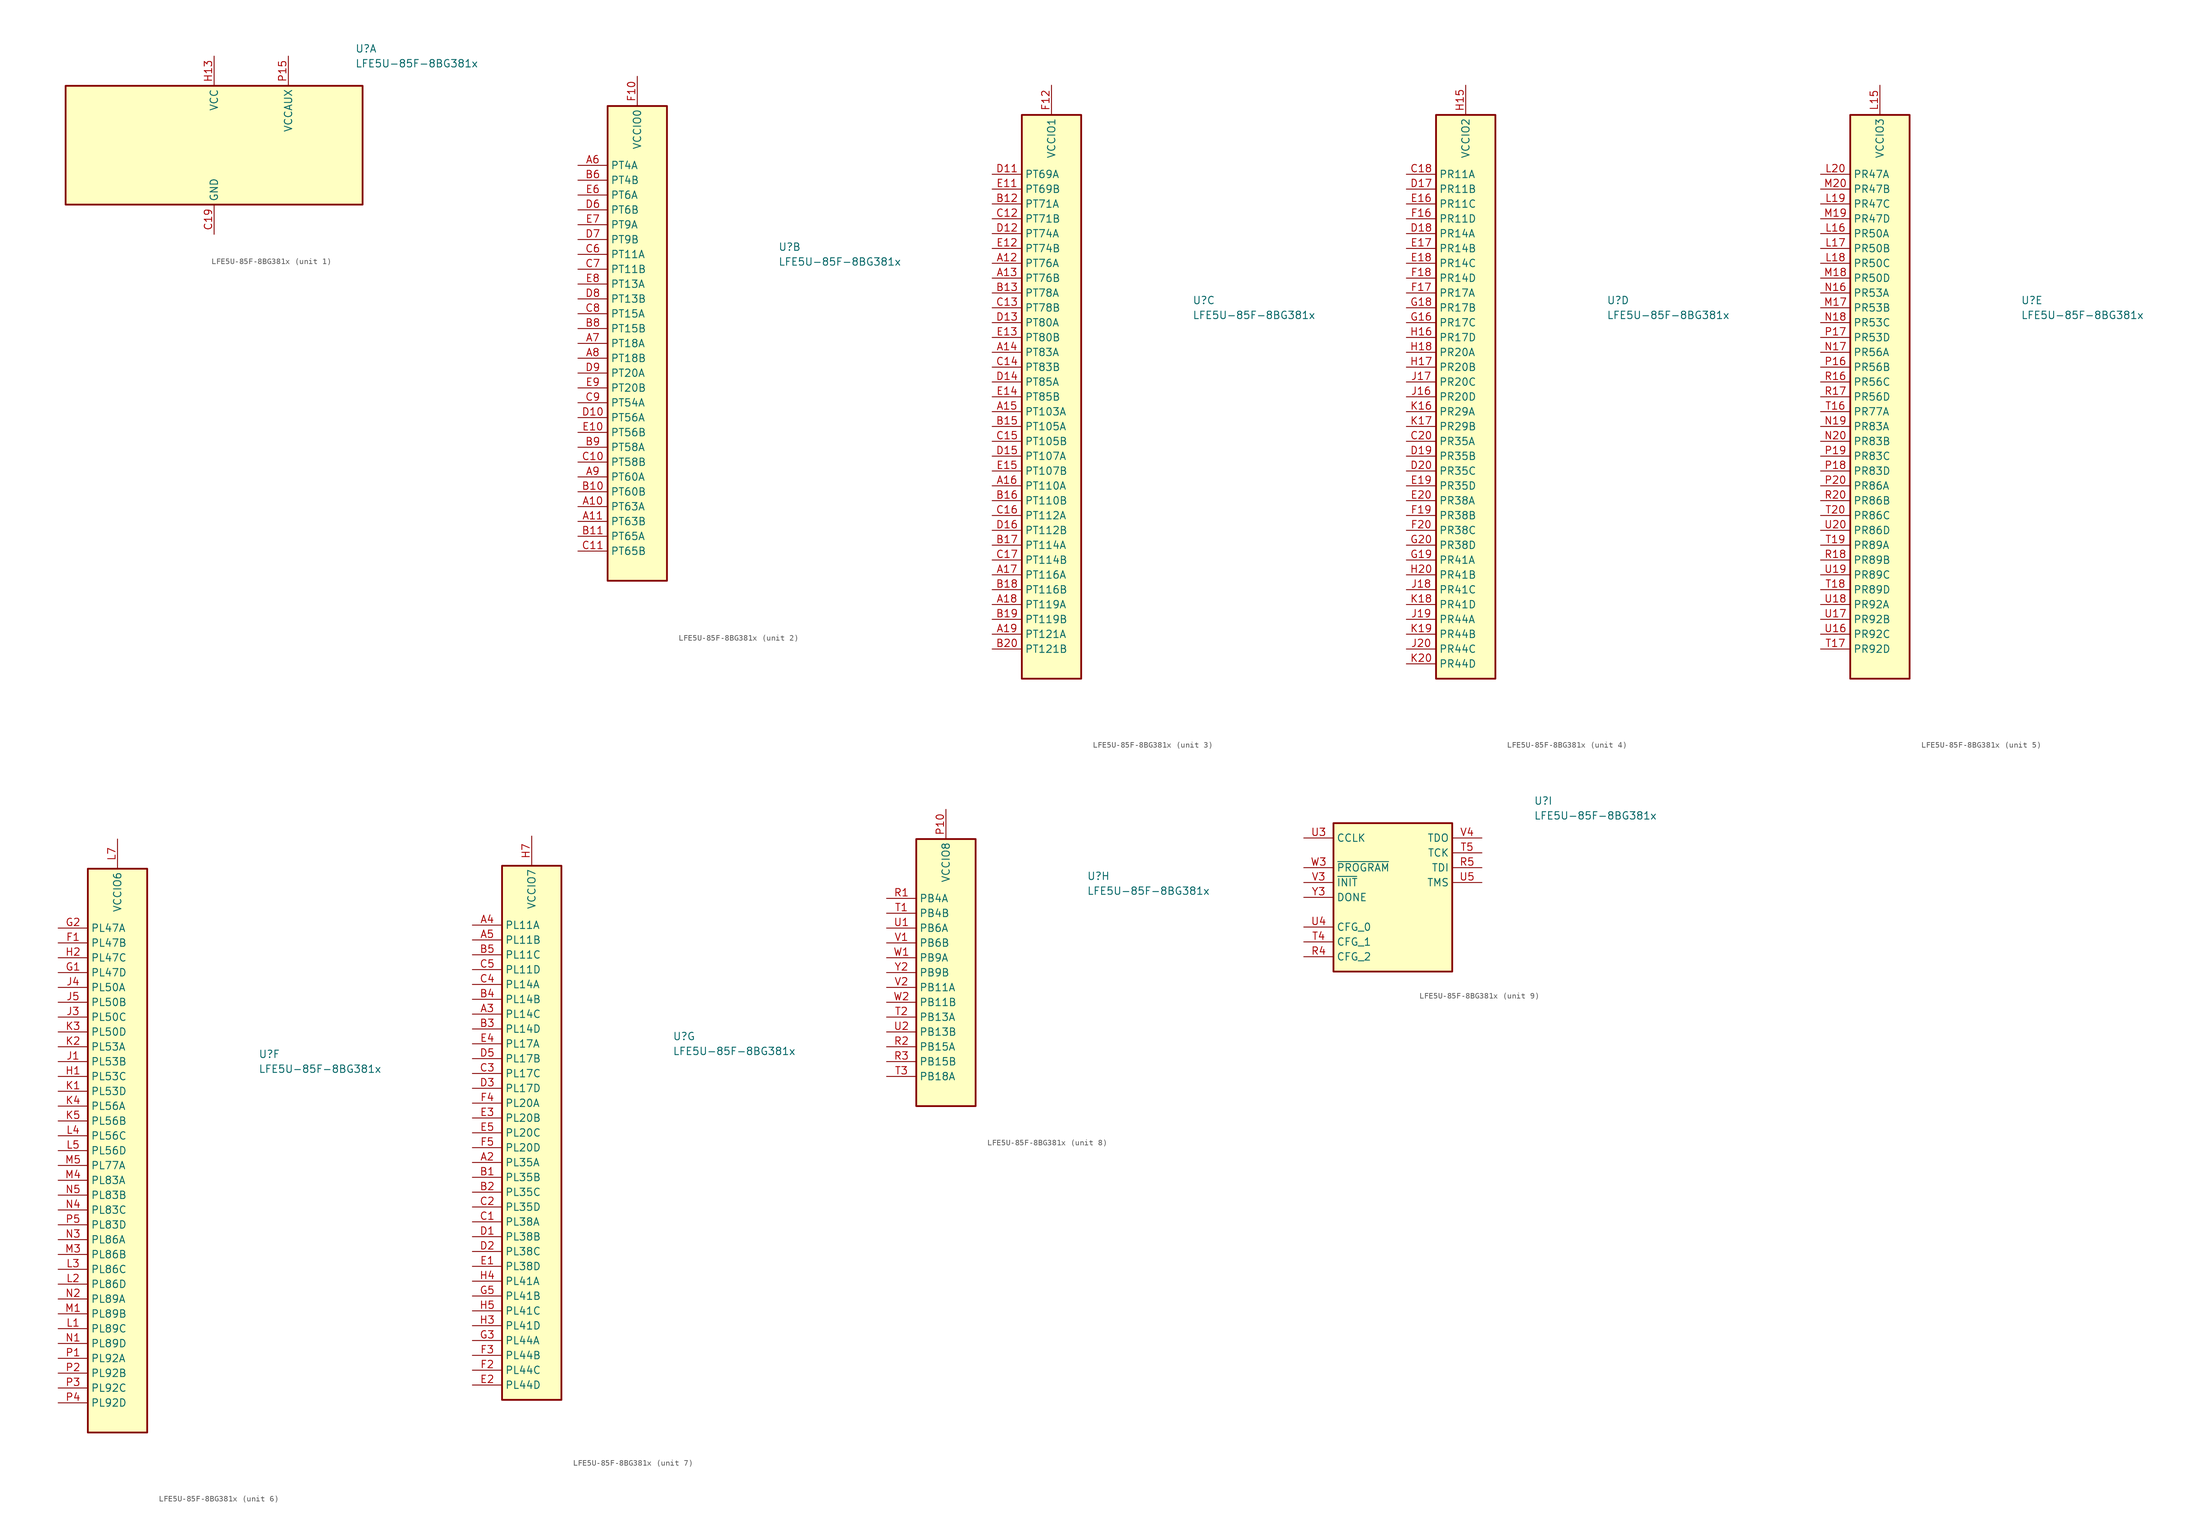
<source format=kicad_sym>
(kicad_symbol_lib
  (version 20220914)
  (generator kicad_symbol_editor)
  (symbol "LFE5U-85F-8BG381x"
    (property "Reference" "U"
      (at 24.13 16.51 0)
      (effects (font (size 1.27 1.27)) (justify left)))
    (property "Value" "LFE5U-85F-8BG381x"
      (at 24.13 13.97 0)
      (effects (font (size 1.27 1.27)) (justify left)))
    (property "ki_locked" ""
      (at 0 0 0)
      (effects (font (size 1.27 1.27))))
    (symbol "LFE5U-85F-8BG381x_1_1"
      (rectangle (start -25.4 10.16) (end 25.4 -10.16) (stroke (width 0.305) (type default)) (fill (type background)))
      (pin passive line (at 0 -15.24 90) (length 5.08) hide (name "GND" (effects (font (size 1.27 1.27)))) (number "B14" (effects (font (size 1.27 1.27)))))
      (pin passive line (at 0 -15.24 90) (length 5.08) hide (name "GND" (effects (font (size 1.27 1.27)))) (number "B7" (effects (font (size 1.27 1.27)))))
      (pin power_in line (at 0 -15.24 90) (length 5.08) (name "GND" (effects (font (size 1.27 1.27)))) (number "C19" (effects (font (size 1.27 1.27)))))
      (pin passive line (at 0 -15.24 90) (length 5.08) hide (name "GND" (effects (font (size 1.27 1.27)))) (number "D4" (effects (font (size 1.27 1.27)))))
      (pin passive line (at 0 -15.24 90) (length 5.08) hide (name "GND" (effects (font (size 1.27 1.27)))) (number "F13" (effects (font (size 1.27 1.27)))))
      (pin passive line (at 0 -15.24 90) (length 5.08) hide (name "GND" (effects (font (size 1.27 1.27)))) (number "F14" (effects (font (size 1.27 1.27)))))
      (pin passive line (at 12.7 15.24 270) (length 5.08) hide (name "VCCAUX" (effects (font (size 1.27 1.27)))) (number "F15" (effects (font (size 1.27 1.27)))))
      (pin passive line (at 12.7 15.24 270) (length 5.08) hide (name "VCCAUX" (effects (font (size 1.27 1.27)))) (number "F6" (effects (font (size 1.27 1.27)))))
      (pin passive line (at 0 -15.24 90) (length 5.08) hide (name "GND" (effects (font (size 1.27 1.27)))) (number "F7" (effects (font (size 1.27 1.27)))))
      (pin passive line (at 0 -15.24 90) (length 5.08) hide (name "GND" (effects (font (size 1.27 1.27)))) (number "F8" (effects (font (size 1.27 1.27)))))
      (pin passive line (at 0 -15.24 90) (length 5.08) hide (name "GND" (effects (font (size 1.27 1.27)))) (number "G10" (effects (font (size 1.27 1.27)))))
      (pin passive line (at 0 -15.24 90) (length 5.08) hide (name "GND" (effects (font (size 1.27 1.27)))) (number "G11" (effects (font (size 1.27 1.27)))))
      (pin passive line (at 0 -15.24 90) (length 5.08) hide (name "GND" (effects (font (size 1.27 1.27)))) (number "G12" (effects (font (size 1.27 1.27)))))
      (pin passive line (at 0 -15.24 90) (length 5.08) hide (name "GND" (effects (font (size 1.27 1.27)))) (number "G13" (effects (font (size 1.27 1.27)))))
      (pin passive line (at 0 -15.24 90) (length 5.08) hide (name "GND" (effects (font (size 1.27 1.27)))) (number "G14" (effects (font (size 1.27 1.27)))))
      (pin passive line (at 0 -15.24 90) (length 5.08) hide (name "GND" (effects (font (size 1.27 1.27)))) (number "G15" (effects (font (size 1.27 1.27)))))
      (pin passive line (at 0 -15.24 90) (length 5.08) hide (name "GND" (effects (font (size 1.27 1.27)))) (number "G17" (effects (font (size 1.27 1.27)))))
      (pin passive line (at 0 -15.24 90) (length 5.08) hide (name "GND" (effects (font (size 1.27 1.27)))) (number "G4" (effects (font (size 1.27 1.27)))))
      (pin passive line (at 0 -15.24 90) (length 5.08) hide (name "GND" (effects (font (size 1.27 1.27)))) (number "G6" (effects (font (size 1.27 1.27)))))
      (pin passive line (at 0 -15.24 90) (length 5.08) hide (name "GND" (effects (font (size 1.27 1.27)))) (number "G7" (effects (font (size 1.27 1.27)))))
      (pin passive line (at 0 -15.24 90) (length 5.08) hide (name "GND" (effects (font (size 1.27 1.27)))) (number "G8" (effects (font (size 1.27 1.27)))))
      (pin passive line (at 0 -15.24 90) (length 5.08) hide (name "GND" (effects (font (size 1.27 1.27)))) (number "G9" (effects (font (size 1.27 1.27)))))
      (pin passive line (at 0 15.24 270) (length 5.08) hide (name "VCC" (effects (font (size 1.27 1.27)))) (number "H10" (effects (font (size 1.27 1.27)))))
      (pin passive line (at 0 15.24 270) (length 5.08) hide (name "VCC" (effects (font (size 1.27 1.27)))) (number "H11" (effects (font (size 1.27 1.27)))))
      (pin passive line (at 0 15.24 270) (length 5.08) hide (name "VCC" (effects (font (size 1.27 1.27)))) (number "H12" (effects (font (size 1.27 1.27)))))
      (pin power_in line (at 0 15.24 270) (length 5.08) (name "VCC" (effects (font (size 1.27 1.27)))) (number "H13" (effects (font (size 1.27 1.27)))))
      (pin passive line (at 0 -15.24 90) (length 5.08) hide (name "GND" (effects (font (size 1.27 1.27)))) (number "H19" (effects (font (size 1.27 1.27)))))
      (pin passive line (at 0 15.24 270) (length 5.08) hide (name "VCC" (effects (font (size 1.27 1.27)))) (number "H8" (effects (font (size 1.27 1.27)))))
      (pin passive line (at 0 15.24 270) (length 5.08) hide (name "VCC" (effects (font (size 1.27 1.27)))) (number "H9" (effects (font (size 1.27 1.27)))))
      (pin passive line (at 0 -15.24 90) (length 5.08) hide (name "GND" (effects (font (size 1.27 1.27)))) (number "J10" (effects (font (size 1.27 1.27)))))
      (pin passive line (at 0 -15.24 90) (length 5.08) hide (name "GND" (effects (font (size 1.27 1.27)))) (number "J11" (effects (font (size 1.27 1.27)))))
      (pin passive line (at 0 -15.24 90) (length 5.08) hide (name "GND" (effects (font (size 1.27 1.27)))) (number "J12" (effects (font (size 1.27 1.27)))))
      (pin passive line (at 0 15.24 270) (length 5.08) hide (name "VCC" (effects (font (size 1.27 1.27)))) (number "J13" (effects (font (size 1.27 1.27)))))
      (pin passive line (at 0 -15.24 90) (length 5.08) hide (name "GND" (effects (font (size 1.27 1.27)))) (number "J14" (effects (font (size 1.27 1.27)))))
      (pin passive line (at 0 -15.24 90) (length 5.08) hide (name "GND" (effects (font (size 1.27 1.27)))) (number "J2" (effects (font (size 1.27 1.27)))))
      (pin passive line (at 0 -15.24 90) (length 5.08) hide (name "GND" (effects (font (size 1.27 1.27)))) (number "J7" (effects (font (size 1.27 1.27)))))
      (pin passive line (at 0 15.24 270) (length 5.08) hide (name "VCC" (effects (font (size 1.27 1.27)))) (number "J8" (effects (font (size 1.27 1.27)))))
      (pin passive line (at 0 -15.24 90) (length 5.08) hide (name "GND" (effects (font (size 1.27 1.27)))) (number "J9" (effects (font (size 1.27 1.27)))))
      (pin passive line (at 0 -15.24 90) (length 5.08) hide (name "GND" (effects (font (size 1.27 1.27)))) (number "K10" (effects (font (size 1.27 1.27)))))
      (pin passive line (at 0 -15.24 90) (length 5.08) hide (name "GND" (effects (font (size 1.27 1.27)))) (number "K11" (effects (font (size 1.27 1.27)))))
      (pin passive line (at 0 -15.24 90) (length 5.08) hide (name "GND" (effects (font (size 1.27 1.27)))) (number "K12" (effects (font (size 1.27 1.27)))))
      (pin passive line (at 0 15.24 270) (length 5.08) hide (name "VCC" (effects (font (size 1.27 1.27)))) (number "K13" (effects (font (size 1.27 1.27)))))
      (pin passive line (at 0 -15.24 90) (length 5.08) hide (name "GND" (effects (font (size 1.27 1.27)))) (number "K14" (effects (font (size 1.27 1.27)))))
      (pin passive line (at 0 -15.24 90) (length 5.08) hide (name "GND" (effects (font (size 1.27 1.27)))) (number "K15" (effects (font (size 1.27 1.27)))))
      (pin passive line (at 0 -15.24 90) (length 5.08) hide (name "GND" (effects (font (size 1.27 1.27)))) (number "K6" (effects (font (size 1.27 1.27)))))
      (pin passive line (at 0 -15.24 90) (length 5.08) hide (name "GND" (effects (font (size 1.27 1.27)))) (number "K7" (effects (font (size 1.27 1.27)))))
      (pin passive line (at 0 15.24 270) (length 5.08) hide (name "VCC" (effects (font (size 1.27 1.27)))) (number "K8" (effects (font (size 1.27 1.27)))))
      (pin passive line (at 0 -15.24 90) (length 5.08) hide (name "GND" (effects (font (size 1.27 1.27)))) (number "K9" (effects (font (size 1.27 1.27)))))
      (pin passive line (at 0 -15.24 90) (length 5.08) hide (name "GND" (effects (font (size 1.27 1.27)))) (number "L10" (effects (font (size 1.27 1.27)))))
      (pin passive line (at 0 -15.24 90) (length 5.08) hide (name "GND" (effects (font (size 1.27 1.27)))) (number "L11" (effects (font (size 1.27 1.27)))))
      (pin passive line (at 0 -15.24 90) (length 5.08) hide (name "GND" (effects (font (size 1.27 1.27)))) (number "L12" (effects (font (size 1.27 1.27)))))
      (pin passive line (at 0 15.24 270) (length 5.08) hide (name "VCC" (effects (font (size 1.27 1.27)))) (number "L13" (effects (font (size 1.27 1.27)))))
      (pin passive line (at 0 15.24 270) (length 5.08) hide (name "VCC" (effects (font (size 1.27 1.27)))) (number "L8" (effects (font (size 1.27 1.27)))))
      (pin passive line (at 0 -15.24 90) (length 5.08) hide (name "GND" (effects (font (size 1.27 1.27)))) (number "L9" (effects (font (size 1.27 1.27)))))
      (pin passive line (at 0 -15.24 90) (length 5.08) hide (name "GND" (effects (font (size 1.27 1.27)))) (number "M10" (effects (font (size 1.27 1.27)))))
      (pin passive line (at 0 -15.24 90) (length 5.08) hide (name "GND" (effects (font (size 1.27 1.27)))) (number "M11" (effects (font (size 1.27 1.27)))))
      (pin passive line (at 0 -15.24 90) (length 5.08) hide (name "GND" (effects (font (size 1.27 1.27)))) (number "M12" (effects (font (size 1.27 1.27)))))
      (pin passive line (at 0 15.24 270) (length 5.08) hide (name "VCC" (effects (font (size 1.27 1.27)))) (number "M13" (effects (font (size 1.27 1.27)))))
      (pin passive line (at 0 -15.24 90) (length 5.08) hide (name "GND" (effects (font (size 1.27 1.27)))) (number "M14" (effects (font (size 1.27 1.27)))))
      (pin passive line (at 0 -15.24 90) (length 5.08) hide (name "GND" (effects (font (size 1.27 1.27)))) (number "M16" (effects (font (size 1.27 1.27)))))
      (pin passive line (at 0 -15.24 90) (length 5.08) hide (name "GND" (effects (font (size 1.27 1.27)))) (number "M2" (effects (font (size 1.27 1.27)))))
      (pin passive line (at 0 -15.24 90) (length 5.08) hide (name "GND" (effects (font (size 1.27 1.27)))) (number "M7" (effects (font (size 1.27 1.27)))))
      (pin passive line (at 0 15.24 270) (length 5.08) hide (name "VCC" (effects (font (size 1.27 1.27)))) (number "M8" (effects (font (size 1.27 1.27)))))
      (pin passive line (at 0 -15.24 90) (length 5.08) hide (name "GND" (effects (font (size 1.27 1.27)))) (number "M9" (effects (font (size 1.27 1.27)))))
      (pin passive line (at 0 15.24 270) (length 5.08) hide (name "VCC" (effects (font (size 1.27 1.27)))) (number "N10" (effects (font (size 1.27 1.27)))))
      (pin passive line (at 0 15.24 270) (length 5.08) hide (name "VCC" (effects (font (size 1.27 1.27)))) (number "N11" (effects (font (size 1.27 1.27)))))
      (pin passive line (at 0 15.24 270) (length 5.08) hide (name "VCC" (effects (font (size 1.27 1.27)))) (number "N12" (effects (font (size 1.27 1.27)))))
      (pin passive line (at 0 15.24 270) (length 5.08) hide (name "VCC" (effects (font (size 1.27 1.27)))) (number "N13" (effects (font (size 1.27 1.27)))))
      (pin passive line (at 0 -15.24 90) (length 5.08) hide (name "GND" (effects (font (size 1.27 1.27)))) (number "N14" (effects (font (size 1.27 1.27)))))
      (pin passive line (at 0 -15.24 90) (length 5.08) hide (name "GND" (effects (font (size 1.27 1.27)))) (number "N15" (effects (font (size 1.27 1.27)))))
      (pin passive line (at 0 -15.24 90) (length 5.08) hide (name "GND" (effects (font (size 1.27 1.27)))) (number "N6" (effects (font (size 1.27 1.27)))))
      (pin passive line (at 0 -15.24 90) (length 5.08) hide (name "GND" (effects (font (size 1.27 1.27)))) (number "N7" (effects (font (size 1.27 1.27)))))
      (pin passive line (at 0 15.24 270) (length 5.08) hide (name "VCC" (effects (font (size 1.27 1.27)))) (number "N8" (effects (font (size 1.27 1.27)))))
      (pin passive line (at 0 15.24 270) (length 5.08) hide (name "VCC" (effects (font (size 1.27 1.27)))) (number "N9" (effects (font (size 1.27 1.27)))))
      (pin passive line (at 0 -15.24 90) (length 5.08) hide (name "GND" (effects (font (size 1.27 1.27)))) (number "P11" (effects (font (size 1.27 1.27)))))
      (pin passive line (at 0 -15.24 90) (length 5.08) hide (name "GND" (effects (font (size 1.27 1.27)))) (number "P12" (effects (font (size 1.27 1.27)))))
      (pin passive line (at 0 -15.24 90) (length 5.08) hide (name "GND" (effects (font (size 1.27 1.27)))) (number "P13" (effects (font (size 1.27 1.27)))))
      (pin passive line (at 0 -15.24 90) (length 5.08) hide (name "GND" (effects (font (size 1.27 1.27)))) (number "P14" (effects (font (size 1.27 1.27)))))
      (pin power_in line (at 12.7 15.24 270) (length 5.08) (name "VCCAUX" (effects (font (size 1.27 1.27)))) (number "P15" (effects (font (size 1.27 1.27)))))
      (pin passive line (at 12.7 15.24 270) (length 5.08) hide (name "VCCAUX" (effects (font (size 1.27 1.27)))) (number "P6" (effects (font (size 1.27 1.27)))))
      (pin passive line (at 0 -15.24 90) (length 5.08) hide (name "GND" (effects (font (size 1.27 1.27)))) (number "P7" (effects (font (size 1.27 1.27)))))
      (pin passive line (at 0 -15.24 90) (length 5.08) hide (name "GND" (effects (font (size 1.27 1.27)))) (number "P8" (effects (font (size 1.27 1.27)))))
      (pin passive line (at 0 -15.24 90) (length 5.08) hide (name "GND" (effects (font (size 1.27 1.27)))) (number "R19" (effects (font (size 1.27 1.27)))))
      (pin passive line (at 0 -15.24 90) (length 5.08) hide (name "GND" (effects (font (size 1.27 1.27)))) (number "T10" (effects (font (size 1.27 1.27)))))
      (pin passive line (at 0 -15.24 90) (length 5.08) hide (name "GND" (effects (font (size 1.27 1.27)))) (number "T11" (effects (font (size 1.27 1.27)))))
      (pin passive line (at 0 -15.24 90) (length 5.08) hide (name "GND" (effects (font (size 1.27 1.27)))) (number "T12" (effects (font (size 1.27 1.27)))))
      (pin passive line (at 0 -15.24 90) (length 5.08) hide (name "GND" (effects (font (size 1.27 1.27)))) (number "T13" (effects (font (size 1.27 1.27)))))
      (pin passive line (at 0 -15.24 90) (length 5.08) hide (name "GND" (effects (font (size 1.27 1.27)))) (number "T14" (effects (font (size 1.27 1.27)))))
      (pin passive line (at 0 -15.24 90) (length 5.08) hide (name "GND" (effects (font (size 1.27 1.27)))) (number "T15" (effects (font (size 1.27 1.27)))))
      (pin passive line (at 0 -15.24 90) (length 5.08) hide (name "GND" (effects (font (size 1.27 1.27)))) (number "T6" (effects (font (size 1.27 1.27)))))
      (pin passive line (at 0 -15.24 90) (length 5.08) hide (name "GND" (effects (font (size 1.27 1.27)))) (number "T7" (effects (font (size 1.27 1.27)))))
      (pin passive line (at 0 -15.24 90) (length 5.08) hide (name "GND" (effects (font (size 1.27 1.27)))) (number "T8" (effects (font (size 1.27 1.27)))))
      (pin passive line (at 0 -15.24 90) (length 5.08) hide (name "GND" (effects (font (size 1.27 1.27)))) (number "T9" (effects (font (size 1.27 1.27)))))
      (pin passive line (at 0 -15.24 90) (length 5.08) hide (name "GND" (effects (font (size 1.27 1.27)))) (number "U10" (effects (font (size 1.27 1.27)))))
      (pin passive line (at 0 -15.24 90) (length 5.08) hide (name "GND" (effects (font (size 1.27 1.27)))) (number "U11" (effects (font (size 1.27 1.27)))))
      (pin passive line (at 0 -15.24 90) (length 5.08) hide (name "GND" (effects (font (size 1.27 1.27)))) (number "U12" (effects (font (size 1.27 1.27)))))
      (pin passive line (at 0 -15.24 90) (length 5.08) hide (name "GND" (effects (font (size 1.27 1.27)))) (number "U13" (effects (font (size 1.27 1.27)))))
      (pin passive line (at 0 -15.24 90) (length 5.08) hide (name "GND" (effects (font (size 1.27 1.27)))) (number "U14" (effects (font (size 1.27 1.27)))))
      (pin passive line (at 0 -15.24 90) (length 5.08) hide (name "GND" (effects (font (size 1.27 1.27)))) (number "U15" (effects (font (size 1.27 1.27)))))
      (pin passive line (at 0 -15.24 90) (length 5.08) hide (name "GND" (effects (font (size 1.27 1.27)))) (number "U6" (effects (font (size 1.27 1.27)))))
      (pin passive line (at 0 -15.24 90) (length 5.08) hide (name "GND" (effects (font (size 1.27 1.27)))) (number "U7" (effects (font (size 1.27 1.27)))))
      (pin passive line (at 0 -15.24 90) (length 5.08) hide (name "GND" (effects (font (size 1.27 1.27)))) (number "U8" (effects (font (size 1.27 1.27)))))
      (pin passive line (at 0 -15.24 90) (length 5.08) hide (name "GND" (effects (font (size 1.27 1.27)))) (number "U9" (effects (font (size 1.27 1.27)))))
      (pin passive line (at 0 -15.24 90) (length 5.08) hide (name "GND" (effects (font (size 1.27 1.27)))) (number "V10" (effects (font (size 1.27 1.27)))))
      (pin passive line (at 0 -15.24 90) (length 5.08) hide (name "GND" (effects (font (size 1.27 1.27)))) (number "V11" (effects (font (size 1.27 1.27)))))
      (pin passive line (at 0 -15.24 90) (length 5.08) hide (name "GND" (effects (font (size 1.27 1.27)))) (number "V12" (effects (font (size 1.27 1.27)))))
      (pin passive line (at 0 -15.24 90) (length 5.08) hide (name "GND" (effects (font (size 1.27 1.27)))) (number "V13" (effects (font (size 1.27 1.27)))))
      (pin passive line (at 0 -15.24 90) (length 5.08) hide (name "GND" (effects (font (size 1.27 1.27)))) (number "V14" (effects (font (size 1.27 1.27)))))
      (pin passive line (at 0 -15.24 90) (length 5.08) hide (name "GND" (effects (font (size 1.27 1.27)))) (number "V15" (effects (font (size 1.27 1.27)))))
      (pin passive line (at 0 -15.24 90) (length 5.08) hide (name "GND" (effects (font (size 1.27 1.27)))) (number "V16" (effects (font (size 1.27 1.27)))))
      (pin passive line (at 0 -15.24 90) (length 5.08) hide (name "GND" (effects (font (size 1.27 1.27)))) (number "V17" (effects (font (size 1.27 1.27)))))
      (pin passive line (at 0 -15.24 90) (length 5.08) hide (name "GND" (effects (font (size 1.27 1.27)))) (number "V18" (effects (font (size 1.27 1.27)))))
      (pin passive line (at 0 -15.24 90) (length 5.08) hide (name "GND" (effects (font (size 1.27 1.27)))) (number "V19" (effects (font (size 1.27 1.27)))))
      (pin passive line (at 0 -15.24 90) (length 5.08) hide (name "GND" (effects (font (size 1.27 1.27)))) (number "V20" (effects (font (size 1.27 1.27)))))
      (pin passive line (at 0 -15.24 90) (length 5.08) hide (name "GND" (effects (font (size 1.27 1.27)))) (number "V5" (effects (font (size 1.27 1.27)))))
      (pin passive line (at 0 -15.24 90) (length 5.08) hide (name "GND" (effects (font (size 1.27 1.27)))) (number "V6" (effects (font (size 1.27 1.27)))))
      (pin passive line (at 0 -15.24 90) (length 5.08) hide (name "GND" (effects (font (size 1.27 1.27)))) (number "V7" (effects (font (size 1.27 1.27)))))
      (pin passive line (at 0 -15.24 90) (length 5.08) hide (name "GND" (effects (font (size 1.27 1.27)))) (number "V8" (effects (font (size 1.27 1.27)))))
      (pin passive line (at 0 -15.24 90) (length 5.08) hide (name "GND" (effects (font (size 1.27 1.27)))) (number "V9" (effects (font (size 1.27 1.27)))))
      (pin passive line (at 0 -15.24 90) (length 5.08) hide (name "GND" (effects (font (size 1.27 1.27)))) (number "W12" (effects (font (size 1.27 1.27)))))
      (pin no_connect line (at 25.4 -5.08 180) (length 5.08) hide (name "RESERVED" (effects (font (size 1.27 1.27)))) (number "W13" (effects (font (size 1.27 1.27)))))
      (pin no_connect line (at 25.4 -2.54 180) (length 5.08) hide (name "RESERVED" (effects (font (size 1.27 1.27)))) (number "W14" (effects (font (size 1.27 1.27)))))
      (pin passive line (at 0 -15.24 90) (length 5.08) hide (name "GND" (effects (font (size 1.27 1.27)))) (number "W15" (effects (font (size 1.27 1.27)))))
      (pin passive line (at 0 -15.24 90) (length 5.08) hide (name "GND" (effects (font (size 1.27 1.27)))) (number "W16" (effects (font (size 1.27 1.27)))))
      (pin no_connect line (at 25.4 0 180) (length 5.08) hide (name "RESERVED" (effects (font (size 1.27 1.27)))) (number "W17" (effects (font (size 1.27 1.27)))))
      (pin no_connect line (at 25.4 2.54 180) (length 5.08) hide (name "RESERVED" (effects (font (size 1.27 1.27)))) (number "W18" (effects (font (size 1.27 1.27)))))
      (pin passive line (at 0 -15.24 90) (length 5.08) hide (name "GND" (effects (font (size 1.27 1.27)))) (number "W19" (effects (font (size 1.27 1.27)))))
      (pin passive line (at 0 -15.24 90) (length 5.08) hide (name "GND" (effects (font (size 1.27 1.27)))) (number "W20" (effects (font (size 1.27 1.27)))))
      (pin no_connect line (at -25.4 2.54 0) (length 5.08) hide (name "RESERVED" (effects (font (size 1.27 1.27)))) (number "W4" (effects (font (size 1.27 1.27)))))
      (pin no_connect line (at -25.4 0 0) (length 5.08) hide (name "RESERVED" (effects (font (size 1.27 1.27)))) (number "W5" (effects (font (size 1.27 1.27)))))
      (pin passive line (at 0 -15.24 90) (length 5.08) hide (name "GND" (effects (font (size 1.27 1.27)))) (number "W6" (effects (font (size 1.27 1.27)))))
      (pin passive line (at 0 -15.24 90) (length 5.08) hide (name "GND" (effects (font (size 1.27 1.27)))) (number "W7" (effects (font (size 1.27 1.27)))))
      (pin no_connect line (at -25.4 -2.54 0) (length 5.08) hide (name "RESERVED" (effects (font (size 1.27 1.27)))) (number "W8" (effects (font (size 1.27 1.27)))))
      (pin no_connect line (at -25.4 -5.08 0) (length 5.08) hide (name "RESERVED" (effects (font (size 1.27 1.27)))) (number "W9" (effects (font (size 1.27 1.27)))))
      (pin passive line (at 0 -15.24 90) (length 5.08) hide (name "GND" (effects (font (size 1.27 1.27)))) (number "Y11" (effects (font (size 1.27 1.27)))))
      (pin passive line (at 0 -15.24 90) (length 5.08) hide (name "GND" (effects (font (size 1.27 1.27)))) (number "Y12" (effects (font (size 1.27 1.27)))))
      (pin passive line (at 0 -15.24 90) (length 5.08) hide (name "GND" (effects (font (size 1.27 1.27)))) (number "Y14" (effects (font (size 1.27 1.27)))))
      (pin passive line (at 0 -15.24 90) (length 5.08) hide (name "GND" (effects (font (size 1.27 1.27)))) (number "Y15" (effects (font (size 1.27 1.27)))))
      (pin passive line (at 0 -15.24 90) (length 5.08) hide (name "GND" (effects (font (size 1.27 1.27)))) (number "Y16" (effects (font (size 1.27 1.27)))))
      (pin passive line (at 0 -15.24 90) (length 5.08) hide (name "GND" (effects (font (size 1.27 1.27)))) (number "Y17" (effects (font (size 1.27 1.27)))))
      (pin passive line (at 0 -15.24 90) (length 5.08) hide (name "GND" (effects (font (size 1.27 1.27)))) (number "Y19" (effects (font (size 1.27 1.27)))))
      (pin passive line (at 0 -15.24 90) (length 5.08) hide (name "GND" (effects (font (size 1.27 1.27)))) (number "Y5" (effects (font (size 1.27 1.27)))))
      (pin passive line (at 0 -15.24 90) (length 5.08) hide (name "GND" (effects (font (size 1.27 1.27)))) (number "Y6" (effects (font (size 1.27 1.27)))))
      (pin passive line (at 0 -15.24 90) (length 5.08) hide (name "GND" (effects (font (size 1.27 1.27)))) (number "Y7" (effects (font (size 1.27 1.27)))))
      (pin passive line (at 0 -15.24 90) (length 5.08) hide (name "GND" (effects (font (size 1.27 1.27)))) (number "Y8" (effects (font (size 1.27 1.27))))))
    (symbol "LFE5U-85F-8BG381x_2_1"
      (rectangle (start -5.08 40.64) (end 5.08 -40.64) (stroke (width 0.305) (type default)) (fill (type background)))
      (pin bidirectional line (at -10.16 -27.94 0) (length 5.08) (name "PT63A" (effects (font (size 1.27 1.27)))) (number "A10" (effects (font (size 1.27 1.27)))))
      (pin bidirectional line (at -10.16 -30.48 0) (length 5.08) (name "PT63B" (effects (font (size 1.27 1.27)))) (number "A11" (effects (font (size 1.27 1.27)))))
      (pin bidirectional line (at -10.16 30.48 0) (length 5.08) (name "PT4A" (effects (font (size 1.27 1.27)))) (number "A6" (effects (font (size 1.27 1.27)))))
      (pin bidirectional line (at -10.16 0 0) (length 5.08) (name "PT18A" (effects (font (size 1.27 1.27)))) (number "A7" (effects (font (size 1.27 1.27)))))
      (pin bidirectional line (at -10.16 -2.54 0) (length 5.08) (name "PT18B" (effects (font (size 1.27 1.27)))) (number "A8" (effects (font (size 1.27 1.27)))))
      (pin bidirectional line (at -10.16 -22.86 0) (length 5.08) (name "PT60A" (effects (font (size 1.27 1.27)))) (number "A9" (effects (font (size 1.27 1.27)))))
      (pin bidirectional line (at -10.16 -25.4 0) (length 5.08) (name "PT60B" (effects (font (size 1.27 1.27)))) (number "B10" (effects (font (size 1.27 1.27)))))
      (pin bidirectional line (at -10.16 -33.02 0) (length 5.08) (name "PT65A" (effects (font (size 1.27 1.27)))) (number "B11" (effects (font (size 1.27 1.27)))))
      (pin bidirectional line (at -10.16 27.94 0) (length 5.08) (name "PT4B" (effects (font (size 1.27 1.27)))) (number "B6" (effects (font (size 1.27 1.27)))))
      (pin bidirectional line (at -10.16 2.54 0) (length 5.08) (name "PT15B" (effects (font (size 1.27 1.27)))) (number "B8" (effects (font (size 1.27 1.27)))))
      (pin bidirectional line (at -10.16 -17.78 0) (length 5.08) (name "PT58A" (effects (font (size 1.27 1.27)))) (number "B9" (effects (font (size 1.27 1.27)))))
      (pin bidirectional line (at -10.16 -20.32 0) (length 5.08) (name "PT58B" (effects (font (size 1.27 1.27)))) (number "C10" (effects (font (size 1.27 1.27)))))
      (pin bidirectional line (at -10.16 -35.56 0) (length 5.08) (name "PT65B" (effects (font (size 1.27 1.27)))) (number "C11" (effects (font (size 1.27 1.27)))))
      (pin bidirectional line (at -10.16 15.24 0) (length 5.08) (name "PT11A" (effects (font (size 1.27 1.27)))) (number "C6" (effects (font (size 1.27 1.27)))))
      (pin bidirectional line (at -10.16 12.7 0) (length 5.08) (name "PT11B" (effects (font (size 1.27 1.27)))) (number "C7" (effects (font (size 1.27 1.27)))))
      (pin bidirectional line (at -10.16 5.08 0) (length 5.08) (name "PT15A" (effects (font (size 1.27 1.27)))) (number "C8" (effects (font (size 1.27 1.27)))))
      (pin bidirectional line (at -10.16 -10.16 0) (length 5.08) (name "PT54A" (effects (font (size 1.27 1.27)))) (number "C9" (effects (font (size 1.27 1.27)))))
      (pin bidirectional line (at -10.16 -12.7 0) (length 5.08) (name "PT56A" (effects (font (size 1.27 1.27)))) (number "D10" (effects (font (size 1.27 1.27)))))
      (pin bidirectional line (at -10.16 22.86 0) (length 5.08) (name "PT6B" (effects (font (size 1.27 1.27)))) (number "D6" (effects (font (size 1.27 1.27)))))
      (pin bidirectional line (at -10.16 17.78 0) (length 5.08) (name "PT9B" (effects (font (size 1.27 1.27)))) (number "D7" (effects (font (size 1.27 1.27)))))
      (pin bidirectional line (at -10.16 7.62 0) (length 5.08) (name "PT13B" (effects (font (size 1.27 1.27)))) (number "D8" (effects (font (size 1.27 1.27)))))
      (pin bidirectional line (at -10.16 -5.08 0) (length 5.08) (name "PT20A" (effects (font (size 1.27 1.27)))) (number "D9" (effects (font (size 1.27 1.27)))))
      (pin bidirectional line (at -10.16 -15.24 0) (length 5.08) (name "PT56B" (effects (font (size 1.27 1.27)))) (number "E10" (effects (font (size 1.27 1.27)))))
      (pin bidirectional line (at -10.16 25.4 0) (length 5.08) (name "PT6A" (effects (font (size 1.27 1.27)))) (number "E6" (effects (font (size 1.27 1.27)))))
      (pin bidirectional line (at -10.16 20.32 0) (length 5.08) (name "PT9A" (effects (font (size 1.27 1.27)))) (number "E7" (effects (font (size 1.27 1.27)))))
      (pin bidirectional line (at -10.16 10.16 0) (length 5.08) (name "PT13A" (effects (font (size 1.27 1.27)))) (number "E8" (effects (font (size 1.27 1.27)))))
      (pin bidirectional line (at -10.16 -7.62 0) (length 5.08) (name "PT20B" (effects (font (size 1.27 1.27)))) (number "E9" (effects (font (size 1.27 1.27)))))
      (pin power_in line (at 0 45.72 270) (length 5.08) (name "VCCIO0" (effects (font (size 1.27 1.27)))) (number "F10" (effects (font (size 1.27 1.27)))))
      (pin passive line (at 0 45.72 270) (length 5.08) hide (name "VCCIO0" (effects (font (size 1.27 1.27)))) (number "F9" (effects (font (size 1.27 1.27))))))
    (symbol "LFE5U-85F-8BG381x_3_1"
      (rectangle (start -5.08 48.26) (end 5.08 -48.26) (stroke (width 0.305) (type default)) (fill (type background)))
      (pin bidirectional line (at -10.16 22.86 0) (length 5.08) (name "PT76A" (effects (font (size 1.27 1.27)))) (number "A12" (effects (font (size 1.27 1.27)))))
      (pin bidirectional line (at -10.16 20.32 0) (length 5.08) (name "PT76B" (effects (font (size 1.27 1.27)))) (number "A13" (effects (font (size 1.27 1.27)))))
      (pin bidirectional line (at -10.16 7.62 0) (length 5.08) (name "PT83A" (effects (font (size 1.27 1.27)))) (number "A14" (effects (font (size 1.27 1.27)))))
      (pin bidirectional line (at -10.16 -2.54 0) (length 5.08) (name "PT103A" (effects (font (size 1.27 1.27)))) (number "A15" (effects (font (size 1.27 1.27)))))
      (pin bidirectional line (at -10.16 -15.24 0) (length 5.08) (name "PT110A" (effects (font (size 1.27 1.27)))) (number "A16" (effects (font (size 1.27 1.27)))))
      (pin bidirectional line (at -10.16 -30.48 0) (length 5.08) (name "PT116A" (effects (font (size 1.27 1.27)))) (number "A17" (effects (font (size 1.27 1.27)))))
      (pin bidirectional line (at -10.16 -35.56 0) (length 5.08) (name "PT119A" (effects (font (size 1.27 1.27)))) (number "A18" (effects (font (size 1.27 1.27)))))
      (pin bidirectional line (at -10.16 -40.64 0) (length 5.08) (name "PT121A" (effects (font (size 1.27 1.27)))) (number "A19" (effects (font (size 1.27 1.27)))))
      (pin bidirectional line (at -10.16 33.02 0) (length 5.08) (name "PT71A" (effects (font (size 1.27 1.27)))) (number "B12" (effects (font (size 1.27 1.27)))))
      (pin bidirectional line (at -10.16 17.78 0) (length 5.08) (name "PT78A" (effects (font (size 1.27 1.27)))) (number "B13" (effects (font (size 1.27 1.27)))))
      (pin bidirectional line (at -10.16 -5.08 0) (length 5.08) (name "PT105A" (effects (font (size 1.27 1.27)))) (number "B15" (effects (font (size 1.27 1.27)))))
      (pin bidirectional line (at -10.16 -17.78 0) (length 5.08) (name "PT110B" (effects (font (size 1.27 1.27)))) (number "B16" (effects (font (size 1.27 1.27)))))
      (pin bidirectional line (at -10.16 -25.4 0) (length 5.08) (name "PT114A" (effects (font (size 1.27 1.27)))) (number "B17" (effects (font (size 1.27 1.27)))))
      (pin bidirectional line (at -10.16 -33.02 0) (length 5.08) (name "PT116B" (effects (font (size 1.27 1.27)))) (number "B18" (effects (font (size 1.27 1.27)))))
      (pin bidirectional line (at -10.16 -38.1 0) (length 5.08) (name "PT119B" (effects (font (size 1.27 1.27)))) (number "B19" (effects (font (size 1.27 1.27)))))
      (pin bidirectional line (at -10.16 -43.18 0) (length 5.08) (name "PT121B" (effects (font (size 1.27 1.27)))) (number "B20" (effects (font (size 1.27 1.27)))))
      (pin bidirectional line (at -10.16 30.48 0) (length 5.08) (name "PT71B" (effects (font (size 1.27 1.27)))) (number "C12" (effects (font (size 1.27 1.27)))))
      (pin bidirectional line (at -10.16 15.24 0) (length 5.08) (name "PT78B" (effects (font (size 1.27 1.27)))) (number "C13" (effects (font (size 1.27 1.27)))))
      (pin bidirectional line (at -10.16 5.08 0) (length 5.08) (name "PT83B" (effects (font (size 1.27 1.27)))) (number "C14" (effects (font (size 1.27 1.27)))))
      (pin bidirectional line (at -10.16 -7.62 0) (length 5.08) (name "PT105B" (effects (font (size 1.27 1.27)))) (number "C15" (effects (font (size 1.27 1.27)))))
      (pin bidirectional line (at -10.16 -20.32 0) (length 5.08) (name "PT112A" (effects (font (size 1.27 1.27)))) (number "C16" (effects (font (size 1.27 1.27)))))
      (pin bidirectional line (at -10.16 -27.94 0) (length 5.08) (name "PT114B" (effects (font (size 1.27 1.27)))) (number "C17" (effects (font (size 1.27 1.27)))))
      (pin bidirectional line (at -10.16 38.1 0) (length 5.08) (name "PT69A" (effects (font (size 1.27 1.27)))) (number "D11" (effects (font (size 1.27 1.27)))))
      (pin bidirectional line (at -10.16 27.94 0) (length 5.08) (name "PT74A" (effects (font (size 1.27 1.27)))) (number "D12" (effects (font (size 1.27 1.27)))))
      (pin bidirectional line (at -10.16 12.7 0) (length 5.08) (name "PT80A" (effects (font (size 1.27 1.27)))) (number "D13" (effects (font (size 1.27 1.27)))))
      (pin bidirectional line (at -10.16 2.54 0) (length 5.08) (name "PT85A" (effects (font (size 1.27 1.27)))) (number "D14" (effects (font (size 1.27 1.27)))))
      (pin bidirectional line (at -10.16 -10.16 0) (length 5.08) (name "PT107A" (effects (font (size 1.27 1.27)))) (number "D15" (effects (font (size 1.27 1.27)))))
      (pin bidirectional line (at -10.16 -22.86 0) (length 5.08) (name "PT112B" (effects (font (size 1.27 1.27)))) (number "D16" (effects (font (size 1.27 1.27)))))
      (pin bidirectional line (at -10.16 35.56 0) (length 5.08) (name "PT69B" (effects (font (size 1.27 1.27)))) (number "E11" (effects (font (size 1.27 1.27)))))
      (pin bidirectional line (at -10.16 25.4 0) (length 5.08) (name "PT74B" (effects (font (size 1.27 1.27)))) (number "E12" (effects (font (size 1.27 1.27)))))
      (pin bidirectional line (at -10.16 10.16 0) (length 5.08) (name "PT80B" (effects (font (size 1.27 1.27)))) (number "E13" (effects (font (size 1.27 1.27)))))
      (pin bidirectional line (at -10.16 0 0) (length 5.08) (name "PT85B" (effects (font (size 1.27 1.27)))) (number "E14" (effects (font (size 1.27 1.27)))))
      (pin bidirectional line (at -10.16 -12.7 0) (length 5.08) (name "PT107B" (effects (font (size 1.27 1.27)))) (number "E15" (effects (font (size 1.27 1.27)))))
      (pin passive line (at 0 53.34 270) (length 5.08) hide (name "VCCIO1" (effects (font (size 1.27 1.27)))) (number "F11" (effects (font (size 1.27 1.27)))))
      (pin power_in line (at 0 53.34 270) (length 5.08) (name "VCCIO1" (effects (font (size 1.27 1.27)))) (number "F12" (effects (font (size 1.27 1.27))))))
    (symbol "LFE5U-85F-8BG381x_4_1"
      (rectangle (start -5.08 48.26) (end 5.08 -48.26) (stroke (width 0.305) (type default)) (fill (type background)))
      (pin bidirectional line (at -10.16 38.1 0) (length 5.08) (name "PR11A" (effects (font (size 1.27 1.27)))) (number "C18" (effects (font (size 1.27 1.27)))))
      (pin bidirectional line (at -10.16 -7.62 0) (length 5.08) (name "PR35A" (effects (font (size 1.27 1.27)))) (number "C20" (effects (font (size 1.27 1.27)))))
      (pin bidirectional line (at -10.16 35.56 0) (length 5.08) (name "PR11B" (effects (font (size 1.27 1.27)))) (number "D17" (effects (font (size 1.27 1.27)))))
      (pin bidirectional line (at -10.16 27.94 0) (length 5.08) (name "PR14A" (effects (font (size 1.27 1.27)))) (number "D18" (effects (font (size 1.27 1.27)))))
      (pin bidirectional line (at -10.16 -10.16 0) (length 5.08) (name "PR35B" (effects (font (size 1.27 1.27)))) (number "D19" (effects (font (size 1.27 1.27)))))
      (pin bidirectional line (at -10.16 -12.7 0) (length 5.08) (name "PR35C" (effects (font (size 1.27 1.27)))) (number "D20" (effects (font (size 1.27 1.27)))))
      (pin bidirectional line (at -10.16 33.02 0) (length 5.08) (name "PR11C" (effects (font (size 1.27 1.27)))) (number "E16" (effects (font (size 1.27 1.27)))))
      (pin bidirectional line (at -10.16 25.4 0) (length 5.08) (name "PR14B" (effects (font (size 1.27 1.27)))) (number "E17" (effects (font (size 1.27 1.27)))))
      (pin bidirectional line (at -10.16 22.86 0) (length 5.08) (name "PR14C" (effects (font (size 1.27 1.27)))) (number "E18" (effects (font (size 1.27 1.27)))))
      (pin bidirectional line (at -10.16 -15.24 0) (length 5.08) (name "PR35D" (effects (font (size 1.27 1.27)))) (number "E19" (effects (font (size 1.27 1.27)))))
      (pin bidirectional line (at -10.16 -17.78 0) (length 5.08) (name "PR38A" (effects (font (size 1.27 1.27)))) (number "E20" (effects (font (size 1.27 1.27)))))
      (pin bidirectional line (at -10.16 30.48 0) (length 5.08) (name "PR11D" (effects (font (size 1.27 1.27)))) (number "F16" (effects (font (size 1.27 1.27)))))
      (pin bidirectional line (at -10.16 17.78 0) (length 5.08) (name "PR17A" (effects (font (size 1.27 1.27)))) (number "F17" (effects (font (size 1.27 1.27)))))
      (pin bidirectional line (at -10.16 20.32 0) (length 5.08) (name "PR14D" (effects (font (size 1.27 1.27)))) (number "F18" (effects (font (size 1.27 1.27)))))
      (pin bidirectional line (at -10.16 -20.32 0) (length 5.08) (name "PR38B" (effects (font (size 1.27 1.27)))) (number "F19" (effects (font (size 1.27 1.27)))))
      (pin bidirectional line (at -10.16 -22.86 0) (length 5.08) (name "PR38C" (effects (font (size 1.27 1.27)))) (number "F20" (effects (font (size 1.27 1.27)))))
      (pin bidirectional line (at -10.16 12.7 0) (length 5.08) (name "PR17C" (effects (font (size 1.27 1.27)))) (number "G16" (effects (font (size 1.27 1.27)))))
      (pin bidirectional line (at -10.16 15.24 0) (length 5.08) (name "PR17B" (effects (font (size 1.27 1.27)))) (number "G18" (effects (font (size 1.27 1.27)))))
      (pin bidirectional line (at -10.16 -27.94 0) (length 5.08) (name "PR41A" (effects (font (size 1.27 1.27)))) (number "G19" (effects (font (size 1.27 1.27)))))
      (pin bidirectional line (at -10.16 -25.4 0) (length 5.08) (name "PR38D" (effects (font (size 1.27 1.27)))) (number "G20" (effects (font (size 1.27 1.27)))))
      (pin passive line (at 0 53.34 270) (length 5.08) hide (name "VCCIO2" (effects (font (size 1.27 1.27)))) (number "H14" (effects (font (size 1.27 1.27)))))
      (pin power_in line (at 0 53.34 270) (length 5.08) (name "VCCIO2" (effects (font (size 1.27 1.27)))) (number "H15" (effects (font (size 1.27 1.27)))))
      (pin bidirectional line (at -10.16 10.16 0) (length 5.08) (name "PR17D" (effects (font (size 1.27 1.27)))) (number "H16" (effects (font (size 1.27 1.27)))))
      (pin bidirectional line (at -10.16 5.08 0) (length 5.08) (name "PR20B" (effects (font (size 1.27 1.27)))) (number "H17" (effects (font (size 1.27 1.27)))))
      (pin bidirectional line (at -10.16 7.62 0) (length 5.08) (name "PR20A" (effects (font (size 1.27 1.27)))) (number "H18" (effects (font (size 1.27 1.27)))))
      (pin bidirectional line (at -10.16 -30.48 0) (length 5.08) (name "PR41B" (effects (font (size 1.27 1.27)))) (number "H20" (effects (font (size 1.27 1.27)))))
      (pin passive line (at 0 53.34 270) (length 5.08) hide (name "VCCIO2" (effects (font (size 1.27 1.27)))) (number "J15" (effects (font (size 1.27 1.27)))))
      (pin bidirectional line (at -10.16 0 0) (length 5.08) (name "PR20D" (effects (font (size 1.27 1.27)))) (number "J16" (effects (font (size 1.27 1.27)))))
      (pin bidirectional line (at -10.16 2.54 0) (length 5.08) (name "PR20C" (effects (font (size 1.27 1.27)))) (number "J17" (effects (font (size 1.27 1.27)))))
      (pin bidirectional line (at -10.16 -33.02 0) (length 5.08) (name "PR41C" (effects (font (size 1.27 1.27)))) (number "J18" (effects (font (size 1.27 1.27)))))
      (pin bidirectional line (at -10.16 -38.1 0) (length 5.08) (name "PR44A" (effects (font (size 1.27 1.27)))) (number "J19" (effects (font (size 1.27 1.27)))))
      (pin bidirectional line (at -10.16 -43.18 0) (length 5.08) (name "PR44C" (effects (font (size 1.27 1.27)))) (number "J20" (effects (font (size 1.27 1.27)))))
      (pin bidirectional line (at -10.16 -2.54 0) (length 5.08) (name "PR29A" (effects (font (size 1.27 1.27)))) (number "K16" (effects (font (size 1.27 1.27)))))
      (pin bidirectional line (at -10.16 -5.08 0) (length 5.08) (name "PR29B" (effects (font (size 1.27 1.27)))) (number "K17" (effects (font (size 1.27 1.27)))))
      (pin bidirectional line (at -10.16 -35.56 0) (length 5.08) (name "PR41D" (effects (font (size 1.27 1.27)))) (number "K18" (effects (font (size 1.27 1.27)))))
      (pin bidirectional line (at -10.16 -40.64 0) (length 5.08) (name "PR44B" (effects (font (size 1.27 1.27)))) (number "K19" (effects (font (size 1.27 1.27)))))
      (pin bidirectional line (at -10.16 -45.72 0) (length 5.08) (name "PR44D" (effects (font (size 1.27 1.27)))) (number "K20" (effects (font (size 1.27 1.27))))))
    (symbol "LFE5U-85F-8BG381x_5_1"
      (rectangle (start -5.08 48.26) (end 5.08 -48.26) (stroke (width 0.305) (type default)) (fill (type background)))
      (pin passive line (at 0 53.34 270) (length 5.08) hide (name "VCCIO3" (effects (font (size 1.27 1.27)))) (number "L14" (effects (font (size 1.27 1.27)))))
      (pin power_in line (at 0 53.34 270) (length 5.08) (name "VCCIO3" (effects (font (size 1.27 1.27)))) (number "L15" (effects (font (size 1.27 1.27)))))
      (pin bidirectional line (at -10.16 27.94 0) (length 5.08) (name "PR50A" (effects (font (size 1.27 1.27)))) (number "L16" (effects (font (size 1.27 1.27)))))
      (pin bidirectional line (at -10.16 25.4 0) (length 5.08) (name "PR50B" (effects (font (size 1.27 1.27)))) (number "L17" (effects (font (size 1.27 1.27)))))
      (pin bidirectional line (at -10.16 22.86 0) (length 5.08) (name "PR50C" (effects (font (size 1.27 1.27)))) (number "L18" (effects (font (size 1.27 1.27)))))
      (pin bidirectional line (at -10.16 33.02 0) (length 5.08) (name "PR47C" (effects (font (size 1.27 1.27)))) (number "L19" (effects (font (size 1.27 1.27)))))
      (pin bidirectional line (at -10.16 38.1 0) (length 5.08) (name "PR47A" (effects (font (size 1.27 1.27)))) (number "L20" (effects (font (size 1.27 1.27)))))
      (pin passive line (at 0 53.34 270) (length 5.08) hide (name "VCCIO3" (effects (font (size 1.27 1.27)))) (number "M15" (effects (font (size 1.27 1.27)))))
      (pin bidirectional line (at -10.16 15.24 0) (length 5.08) (name "PR53B" (effects (font (size 1.27 1.27)))) (number "M17" (effects (font (size 1.27 1.27)))))
      (pin bidirectional line (at -10.16 20.32 0) (length 5.08) (name "PR50D" (effects (font (size 1.27 1.27)))) (number "M18" (effects (font (size 1.27 1.27)))))
      (pin bidirectional line (at -10.16 30.48 0) (length 5.08) (name "PR47D" (effects (font (size 1.27 1.27)))) (number "M19" (effects (font (size 1.27 1.27)))))
      (pin bidirectional line (at -10.16 35.56 0) (length 5.08) (name "PR47B" (effects (font (size 1.27 1.27)))) (number "M20" (effects (font (size 1.27 1.27)))))
      (pin bidirectional line (at -10.16 17.78 0) (length 5.08) (name "PR53A" (effects (font (size 1.27 1.27)))) (number "N16" (effects (font (size 1.27 1.27)))))
      (pin bidirectional line (at -10.16 7.62 0) (length 5.08) (name "PR56A" (effects (font (size 1.27 1.27)))) (number "N17" (effects (font (size 1.27 1.27)))))
      (pin bidirectional line (at -10.16 12.7 0) (length 5.08) (name "PR53C" (effects (font (size 1.27 1.27)))) (number "N18" (effects (font (size 1.27 1.27)))))
      (pin bidirectional line (at -10.16 -5.08 0) (length 5.08) (name "PR83A" (effects (font (size 1.27 1.27)))) (number "N19" (effects (font (size 1.27 1.27)))))
      (pin bidirectional line (at -10.16 -7.62 0) (length 5.08) (name "PR83B" (effects (font (size 1.27 1.27)))) (number "N20" (effects (font (size 1.27 1.27)))))
      (pin bidirectional line (at -10.16 5.08 0) (length 5.08) (name "PR56B" (effects (font (size 1.27 1.27)))) (number "P16" (effects (font (size 1.27 1.27)))))
      (pin bidirectional line (at -10.16 10.16 0) (length 5.08) (name "PR53D" (effects (font (size 1.27 1.27)))) (number "P17" (effects (font (size 1.27 1.27)))))
      (pin bidirectional line (at -10.16 -12.7 0) (length 5.08) (name "PR83D" (effects (font (size 1.27 1.27)))) (number "P18" (effects (font (size 1.27 1.27)))))
      (pin bidirectional line (at -10.16 -10.16 0) (length 5.08) (name "PR83C" (effects (font (size 1.27 1.27)))) (number "P19" (effects (font (size 1.27 1.27)))))
      (pin bidirectional line (at -10.16 -15.24 0) (length 5.08) (name "PR86A" (effects (font (size 1.27 1.27)))) (number "P20" (effects (font (size 1.27 1.27)))))
      (pin bidirectional line (at -10.16 2.54 0) (length 5.08) (name "PR56C" (effects (font (size 1.27 1.27)))) (number "R16" (effects (font (size 1.27 1.27)))))
      (pin bidirectional line (at -10.16 0 0) (length 5.08) (name "PR56D" (effects (font (size 1.27 1.27)))) (number "R17" (effects (font (size 1.27 1.27)))))
      (pin bidirectional line (at -10.16 -27.94 0) (length 5.08) (name "PR89B" (effects (font (size 1.27 1.27)))) (number "R18" (effects (font (size 1.27 1.27)))))
      (pin bidirectional line (at -10.16 -17.78 0) (length 5.08) (name "PR86B" (effects (font (size 1.27 1.27)))) (number "R20" (effects (font (size 1.27 1.27)))))
      (pin bidirectional line (at -10.16 -2.54 0) (length 5.08) (name "PR77A" (effects (font (size 1.27 1.27)))) (number "T16" (effects (font (size 1.27 1.27)))))
      (pin bidirectional line (at -10.16 -43.18 0) (length 5.08) (name "PR92D" (effects (font (size 1.27 1.27)))) (number "T17" (effects (font (size 1.27 1.27)))))
      (pin bidirectional line (at -10.16 -33.02 0) (length 5.08) (name "PR89D" (effects (font (size 1.27 1.27)))) (number "T18" (effects (font (size 1.27 1.27)))))
      (pin bidirectional line (at -10.16 -25.4 0) (length 5.08) (name "PR89A" (effects (font (size 1.27 1.27)))) (number "T19" (effects (font (size 1.27 1.27)))))
      (pin bidirectional line (at -10.16 -20.32 0) (length 5.08) (name "PR86C" (effects (font (size 1.27 1.27)))) (number "T20" (effects (font (size 1.27 1.27)))))
      (pin bidirectional line (at -10.16 -40.64 0) (length 5.08) (name "PR92C" (effects (font (size 1.27 1.27)))) (number "U16" (effects (font (size 1.27 1.27)))))
      (pin bidirectional line (at -10.16 -38.1 0) (length 5.08) (name "PR92B" (effects (font (size 1.27 1.27)))) (number "U17" (effects (font (size 1.27 1.27)))))
      (pin bidirectional line (at -10.16 -35.56 0) (length 5.08) (name "PR92A" (effects (font (size 1.27 1.27)))) (number "U18" (effects (font (size 1.27 1.27)))))
      (pin bidirectional line (at -10.16 -30.48 0) (length 5.08) (name "PR89C" (effects (font (size 1.27 1.27)))) (number "U19" (effects (font (size 1.27 1.27)))))
      (pin bidirectional line (at -10.16 -22.86 0) (length 5.08) (name "PR86D" (effects (font (size 1.27 1.27)))) (number "U20" (effects (font (size 1.27 1.27))))))
    (symbol "LFE5U-85F-8BG381x_6_1"
      (rectangle (start -5.08 48.26) (end 5.08 -48.26) (stroke (width 0.305) (type default)) (fill (type background)))
      (pin bidirectional line (at -10.16 35.56 0) (length 5.08) (name "PL47B" (effects (font (size 1.27 1.27)))) (number "F1" (effects (font (size 1.27 1.27)))))
      (pin bidirectional line (at -10.16 30.48 0) (length 5.08) (name "PL47D" (effects (font (size 1.27 1.27)))) (number "G1" (effects (font (size 1.27 1.27)))))
      (pin bidirectional line (at -10.16 38.1 0) (length 5.08) (name "PL47A" (effects (font (size 1.27 1.27)))) (number "G2" (effects (font (size 1.27 1.27)))))
      (pin bidirectional line (at -10.16 12.7 0) (length 5.08) (name "PL53C" (effects (font (size 1.27 1.27)))) (number "H1" (effects (font (size 1.27 1.27)))))
      (pin bidirectional line (at -10.16 33.02 0) (length 5.08) (name "PL47C" (effects (font (size 1.27 1.27)))) (number "H2" (effects (font (size 1.27 1.27)))))
      (pin bidirectional line (at -10.16 15.24 0) (length 5.08) (name "PL53B" (effects (font (size 1.27 1.27)))) (number "J1" (effects (font (size 1.27 1.27)))))
      (pin bidirectional line (at -10.16 22.86 0) (length 5.08) (name "PL50C" (effects (font (size 1.27 1.27)))) (number "J3" (effects (font (size 1.27 1.27)))))
      (pin bidirectional line (at -10.16 27.94 0) (length 5.08) (name "PL50A" (effects (font (size 1.27 1.27)))) (number "J4" (effects (font (size 1.27 1.27)))))
      (pin bidirectional line (at -10.16 25.4 0) (length 5.08) (name "PL50B" (effects (font (size 1.27 1.27)))) (number "J5" (effects (font (size 1.27 1.27)))))
      (pin bidirectional line (at -10.16 10.16 0) (length 5.08) (name "PL53D" (effects (font (size 1.27 1.27)))) (number "K1" (effects (font (size 1.27 1.27)))))
      (pin bidirectional line (at -10.16 17.78 0) (length 5.08) (name "PL53A" (effects (font (size 1.27 1.27)))) (number "K2" (effects (font (size 1.27 1.27)))))
      (pin bidirectional line (at -10.16 20.32 0) (length 5.08) (name "PL50D" (effects (font (size 1.27 1.27)))) (number "K3" (effects (font (size 1.27 1.27)))))
      (pin bidirectional line (at -10.16 7.62 0) (length 5.08) (name "PL56A" (effects (font (size 1.27 1.27)))) (number "K4" (effects (font (size 1.27 1.27)))))
      (pin bidirectional line (at -10.16 5.08 0) (length 5.08) (name "PL56B" (effects (font (size 1.27 1.27)))) (number "K5" (effects (font (size 1.27 1.27)))))
      (pin bidirectional line (at -10.16 -30.48 0) (length 5.08) (name "PL89C" (effects (font (size 1.27 1.27)))) (number "L1" (effects (font (size 1.27 1.27)))))
      (pin bidirectional line (at -10.16 -22.86 0) (length 5.08) (name "PL86D" (effects (font (size 1.27 1.27)))) (number "L2" (effects (font (size 1.27 1.27)))))
      (pin bidirectional line (at -10.16 -20.32 0) (length 5.08) (name "PL86C" (effects (font (size 1.27 1.27)))) (number "L3" (effects (font (size 1.27 1.27)))))
      (pin bidirectional line (at -10.16 2.54 0) (length 5.08) (name "PL56C" (effects (font (size 1.27 1.27)))) (number "L4" (effects (font (size 1.27 1.27)))))
      (pin bidirectional line (at -10.16 0 0) (length 5.08) (name "PL56D" (effects (font (size 1.27 1.27)))) (number "L5" (effects (font (size 1.27 1.27)))))
      (pin passive line (at 0 53.34 270) (length 5.08) hide (name "VCCIO6" (effects (font (size 1.27 1.27)))) (number "L6" (effects (font (size 1.27 1.27)))))
      (pin power_in line (at 0 53.34 270) (length 5.08) (name "VCCIO6" (effects (font (size 1.27 1.27)))) (number "L7" (effects (font (size 1.27 1.27)))))
      (pin bidirectional line (at -10.16 -27.94 0) (length 5.08) (name "PL89B" (effects (font (size 1.27 1.27)))) (number "M1" (effects (font (size 1.27 1.27)))))
      (pin bidirectional line (at -10.16 -17.78 0) (length 5.08) (name "PL86B" (effects (font (size 1.27 1.27)))) (number "M3" (effects (font (size 1.27 1.27)))))
      (pin bidirectional line (at -10.16 -5.08 0) (length 5.08) (name "PL83A" (effects (font (size 1.27 1.27)))) (number "M4" (effects (font (size 1.27 1.27)))))
      (pin bidirectional line (at -10.16 -2.54 0) (length 5.08) (name "PL77A" (effects (font (size 1.27 1.27)))) (number "M5" (effects (font (size 1.27 1.27)))))
      (pin passive line (at 0 53.34 270) (length 5.08) hide (name "VCCIO6" (effects (font (size 1.27 1.27)))) (number "M6" (effects (font (size 1.27 1.27)))))
      (pin bidirectional line (at -10.16 -33.02 0) (length 5.08) (name "PL89D" (effects (font (size 1.27 1.27)))) (number "N1" (effects (font (size 1.27 1.27)))))
      (pin bidirectional line (at -10.16 -25.4 0) (length 5.08) (name "PL89A" (effects (font (size 1.27 1.27)))) (number "N2" (effects (font (size 1.27 1.27)))))
      (pin bidirectional line (at -10.16 -15.24 0) (length 5.08) (name "PL86A" (effects (font (size 1.27 1.27)))) (number "N3" (effects (font (size 1.27 1.27)))))
      (pin bidirectional line (at -10.16 -10.16 0) (length 5.08) (name "PL83C" (effects (font (size 1.27 1.27)))) (number "N4" (effects (font (size 1.27 1.27)))))
      (pin bidirectional line (at -10.16 -7.62 0) (length 5.08) (name "PL83B" (effects (font (size 1.27 1.27)))) (number "N5" (effects (font (size 1.27 1.27)))))
      (pin bidirectional line (at -10.16 -35.56 0) (length 5.08) (name "PL92A" (effects (font (size 1.27 1.27)))) (number "P1" (effects (font (size 1.27 1.27)))))
      (pin bidirectional line (at -10.16 -38.1 0) (length 5.08) (name "PL92B" (effects (font (size 1.27 1.27)))) (number "P2" (effects (font (size 1.27 1.27)))))
      (pin bidirectional line (at -10.16 -40.64 0) (length 5.08) (name "PL92C" (effects (font (size 1.27 1.27)))) (number "P3" (effects (font (size 1.27 1.27)))))
      (pin bidirectional line (at -10.16 -43.18 0) (length 5.08) (name "PL92D" (effects (font (size 1.27 1.27)))) (number "P4" (effects (font (size 1.27 1.27)))))
      (pin bidirectional line (at -10.16 -12.7 0) (length 5.08) (name "PL83D" (effects (font (size 1.27 1.27)))) (number "P5" (effects (font (size 1.27 1.27))))))
    (symbol "LFE5U-85F-8BG381x_7_1"
      (rectangle (start -5.08 45.72) (end 5.08 -45.72) (stroke (width 0.305) (type default)) (fill (type background)))
      (pin bidirectional line (at -10.16 -5.08 0) (length 5.08) (name "PL35A" (effects (font (size 1.27 1.27)))) (number "A2" (effects (font (size 1.27 1.27)))))
      (pin bidirectional line (at -10.16 20.32 0) (length 5.08) (name "PL14C" (effects (font (size 1.27 1.27)))) (number "A3" (effects (font (size 1.27 1.27)))))
      (pin bidirectional line (at -10.16 35.56 0) (length 5.08) (name "PL11A" (effects (font (size 1.27 1.27)))) (number "A4" (effects (font (size 1.27 1.27)))))
      (pin bidirectional line (at -10.16 33.02 0) (length 5.08) (name "PL11B" (effects (font (size 1.27 1.27)))) (number "A5" (effects (font (size 1.27 1.27)))))
      (pin bidirectional line (at -10.16 -7.62 0) (length 5.08) (name "PL35B" (effects (font (size 1.27 1.27)))) (number "B1" (effects (font (size 1.27 1.27)))))
      (pin bidirectional line (at -10.16 -10.16 0) (length 5.08) (name "PL35C" (effects (font (size 1.27 1.27)))) (number "B2" (effects (font (size 1.27 1.27)))))
      (pin bidirectional line (at -10.16 17.78 0) (length 5.08) (name "PL14D" (effects (font (size 1.27 1.27)))) (number "B3" (effects (font (size 1.27 1.27)))))
      (pin bidirectional line (at -10.16 22.86 0) (length 5.08) (name "PL14B" (effects (font (size 1.27 1.27)))) (number "B4" (effects (font (size 1.27 1.27)))))
      (pin bidirectional line (at -10.16 30.48 0) (length 5.08) (name "PL11C" (effects (font (size 1.27 1.27)))) (number "B5" (effects (font (size 1.27 1.27)))))
      (pin bidirectional line (at -10.16 -15.24 0) (length 5.08) (name "PL38A" (effects (font (size 1.27 1.27)))) (number "C1" (effects (font (size 1.27 1.27)))))
      (pin bidirectional line (at -10.16 -12.7 0) (length 5.08) (name "PL35D" (effects (font (size 1.27 1.27)))) (number "C2" (effects (font (size 1.27 1.27)))))
      (pin bidirectional line (at -10.16 10.16 0) (length 5.08) (name "PL17C" (effects (font (size 1.27 1.27)))) (number "C3" (effects (font (size 1.27 1.27)))))
      (pin bidirectional line (at -10.16 25.4 0) (length 5.08) (name "PL14A" (effects (font (size 1.27 1.27)))) (number "C4" (effects (font (size 1.27 1.27)))))
      (pin bidirectional line (at -10.16 27.94 0) (length 5.08) (name "PL11D" (effects (font (size 1.27 1.27)))) (number "C5" (effects (font (size 1.27 1.27)))))
      (pin bidirectional line (at -10.16 -17.78 0) (length 5.08) (name "PL38B" (effects (font (size 1.27 1.27)))) (number "D1" (effects (font (size 1.27 1.27)))))
      (pin bidirectional line (at -10.16 -20.32 0) (length 5.08) (name "PL38C" (effects (font (size 1.27 1.27)))) (number "D2" (effects (font (size 1.27 1.27)))))
      (pin bidirectional line (at -10.16 7.62 0) (length 5.08) (name "PL17D" (effects (font (size 1.27 1.27)))) (number "D3" (effects (font (size 1.27 1.27)))))
      (pin bidirectional line (at -10.16 12.7 0) (length 5.08) (name "PL17B" (effects (font (size 1.27 1.27)))) (number "D5" (effects (font (size 1.27 1.27)))))
      (pin bidirectional line (at -10.16 -22.86 0) (length 5.08) (name "PL38D" (effects (font (size 1.27 1.27)))) (number "E1" (effects (font (size 1.27 1.27)))))
      (pin bidirectional line (at -10.16 -43.18 0) (length 5.08) (name "PL44D" (effects (font (size 1.27 1.27)))) (number "E2" (effects (font (size 1.27 1.27)))))
      (pin bidirectional line (at -10.16 2.54 0) (length 5.08) (name "PL20B" (effects (font (size 1.27 1.27)))) (number "E3" (effects (font (size 1.27 1.27)))))
      (pin bidirectional line (at -10.16 15.24 0) (length 5.08) (name "PL17A" (effects (font (size 1.27 1.27)))) (number "E4" (effects (font (size 1.27 1.27)))))
      (pin bidirectional line (at -10.16 0 0) (length 5.08) (name "PL20C" (effects (font (size 1.27 1.27)))) (number "E5" (effects (font (size 1.27 1.27)))))
      (pin bidirectional line (at -10.16 -40.64 0) (length 5.08) (name "PL44C" (effects (font (size 1.27 1.27)))) (number "F2" (effects (font (size 1.27 1.27)))))
      (pin bidirectional line (at -10.16 -38.1 0) (length 5.08) (name "PL44B" (effects (font (size 1.27 1.27)))) (number "F3" (effects (font (size 1.27 1.27)))))
      (pin bidirectional line (at -10.16 5.08 0) (length 5.08) (name "PL20A" (effects (font (size 1.27 1.27)))) (number "F4" (effects (font (size 1.27 1.27)))))
      (pin bidirectional line (at -10.16 -2.54 0) (length 5.08) (name "PL20D" (effects (font (size 1.27 1.27)))) (number "F5" (effects (font (size 1.27 1.27)))))
      (pin bidirectional line (at -10.16 -35.56 0) (length 5.08) (name "PL44A" (effects (font (size 1.27 1.27)))) (number "G3" (effects (font (size 1.27 1.27)))))
      (pin bidirectional line (at -10.16 -27.94 0) (length 5.08) (name "PL41B" (effects (font (size 1.27 1.27)))) (number "G5" (effects (font (size 1.27 1.27)))))
      (pin bidirectional line (at -10.16 -33.02 0) (length 5.08) (name "PL41D" (effects (font (size 1.27 1.27)))) (number "H3" (effects (font (size 1.27 1.27)))))
      (pin bidirectional line (at -10.16 -25.4 0) (length 5.08) (name "PL41A" (effects (font (size 1.27 1.27)))) (number "H4" (effects (font (size 1.27 1.27)))))
      (pin bidirectional line (at -10.16 -30.48 0) (length 5.08) (name "PL41C" (effects (font (size 1.27 1.27)))) (number "H5" (effects (font (size 1.27 1.27)))))
      (pin passive line (at 0 50.8 270) (length 5.08) hide (name "VCCIO7" (effects (font (size 1.27 1.27)))) (number "H6" (effects (font (size 1.27 1.27)))))
      (pin power_in line (at 0 50.8 270) (length 5.08) (name "VCCIO7" (effects (font (size 1.27 1.27)))) (number "H7" (effects (font (size 1.27 1.27)))))
      (pin passive line (at 0 50.8 270) (length 5.08) hide (name "VCCIO7" (effects (font (size 1.27 1.27)))) (number "J6" (effects (font (size 1.27 1.27))))))
    (symbol "LFE5U-85F-8BG381x_8_1"
      (rectangle (start -5.08 22.86) (end 5.08 -22.86) (stroke (width 0.305) (type default)) (fill (type background)))
      (pin power_in line (at 0 27.94 270) (length 5.08) (name "VCCIO8" (effects (font (size 1.27 1.27)))) (number "P10" (effects (font (size 1.27 1.27)))))
      (pin passive line (at 0 27.94 270) (length 5.08) hide (name "VCCIO8" (effects (font (size 1.27 1.27)))) (number "P9" (effects (font (size 1.27 1.27)))))
      (pin bidirectional line (at -10.16 12.7 0) (length 5.08) (name "PB4A" (effects (font (size 1.27 1.27)))) (number "R1" (effects (font (size 1.27 1.27)))))
      (pin bidirectional line (at -10.16 -12.7 0) (length 5.08) (name "PB15A" (effects (font (size 1.27 1.27)))) (number "R2" (effects (font (size 1.27 1.27)))))
      (pin bidirectional line (at -10.16 -15.24 0) (length 5.08) (name "PB15B" (effects (font (size 1.27 1.27)))) (number "R3" (effects (font (size 1.27 1.27)))))
      (pin bidirectional line (at -10.16 10.16 0) (length 5.08) (name "PB4B" (effects (font (size 1.27 1.27)))) (number "T1" (effects (font (size 1.27 1.27)))))
      (pin bidirectional line (at -10.16 -7.62 0) (length 5.08) (name "PB13A" (effects (font (size 1.27 1.27)))) (number "T2" (effects (font (size 1.27 1.27)))))
      (pin bidirectional line (at -10.16 -17.78 0) (length 5.08) (name "PB18A" (effects (font (size 1.27 1.27)))) (number "T3" (effects (font (size 1.27 1.27)))))
      (pin bidirectional line (at -10.16 7.62 0) (length 5.08) (name "PB6A" (effects (font (size 1.27 1.27)))) (number "U1" (effects (font (size 1.27 1.27)))))
      (pin bidirectional line (at -10.16 -10.16 0) (length 5.08) (name "PB13B" (effects (font (size 1.27 1.27)))) (number "U2" (effects (font (size 1.27 1.27)))))
      (pin bidirectional line (at -10.16 5.08 0) (length 5.08) (name "PB6B" (effects (font (size 1.27 1.27)))) (number "V1" (effects (font (size 1.27 1.27)))))
      (pin bidirectional line (at -10.16 -2.54 0) (length 5.08) (name "PB11A" (effects (font (size 1.27 1.27)))) (number "V2" (effects (font (size 1.27 1.27)))))
      (pin bidirectional line (at -10.16 2.54 0) (length 5.08) (name "PB9A" (effects (font (size 1.27 1.27)))) (number "W1" (effects (font (size 1.27 1.27)))))
      (pin bidirectional line (at -10.16 -5.08 0) (length 5.08) (name "PB11B" (effects (font (size 1.27 1.27)))) (number "W2" (effects (font (size 1.27 1.27)))))
      (pin bidirectional line (at -10.16 0 0) (length 5.08) (name "PB9B" (effects (font (size 1.27 1.27)))) (number "Y2" (effects (font (size 1.27 1.27))))))
    (symbol "LFE5U-85F-8BG381x_9_1"
      (rectangle (start -10.16 12.7) (end 10.16 -12.7) (stroke (width 0.305) (type default)) (fill (type background)))
      (pin input line (at -15.24 -10.16 0) (length 5.08) (name "CFG_2" (effects (font (size 1.27 1.27)))) (number "R4" (effects (font (size 1.27 1.27)))))
      (pin input line (at 15.24 5.08 180) (length 5.08) (name "TDI" (effects (font (size 1.27 1.27)))) (number "R5" (effects (font (size 1.27 1.27)))))
      (pin input line (at -15.24 -7.62 0) (length 5.08) (name "CFG_1" (effects (font (size 1.27 1.27)))) (number "T4" (effects (font (size 1.27 1.27)))))
      (pin input line (at 15.24 7.62 180) (length 5.08) (name "TCK" (effects (font (size 1.27 1.27)))) (number "T5" (effects (font (size 1.27 1.27)))))
      (pin bidirectional line (at -15.24 10.16 0) (length 5.08) (name "CCLK" (effects (font (size 1.27 1.27)))) (number "U3" (effects (font (size 1.27 1.27)))))
      (pin input line (at -15.24 -5.08 0) (length 5.08) (name "CFG_0" (effects (font (size 1.27 1.27)))) (number "U4" (effects (font (size 1.27 1.27)))))
      (pin input line (at 15.24 2.54 180) (length 5.08) (name "TMS" (effects (font (size 1.27 1.27)))) (number "U5" (effects (font (size 1.27 1.27)))))
      (pin open_collector line (at -15.24 2.54 0) (length 5.08) (name "~{INIT}" (effects (font (size 1.27 1.27)))) (number "V3" (effects (font (size 1.27 1.27)))))
      (pin output line (at 15.24 10.16 180) (length 5.08) (name "TDO" (effects (font (size 1.27 1.27)))) (number "V4" (effects (font (size 1.27 1.27)))))
      (pin no_connect line (at 10.16 -2.54 180) (length 5.08) hide (name "RESERVED" (effects (font (size 1.27 1.27)))) (number "W10" (effects (font (size 1.27 1.27)))))
      (pin no_connect line (at 10.16 -5.08 180) (length 5.08) hide (name "RESERVED" (effects (font (size 1.27 1.27)))) (number "W11" (effects (font (size 1.27 1.27)))))
      (pin input line (at -15.24 5.08 0) (length 5.08) (name "~{PROGRAM}" (effects (font (size 1.27 1.27)))) (number "W3" (effects (font (size 1.27 1.27)))))
      (pin open_collector line (at -15.24 0 0) (length 5.08) (name "DONE" (effects (font (size 1.27 1.27)))) (number "Y3" (effects (font (size 1.27 1.27))))))))
</source>
